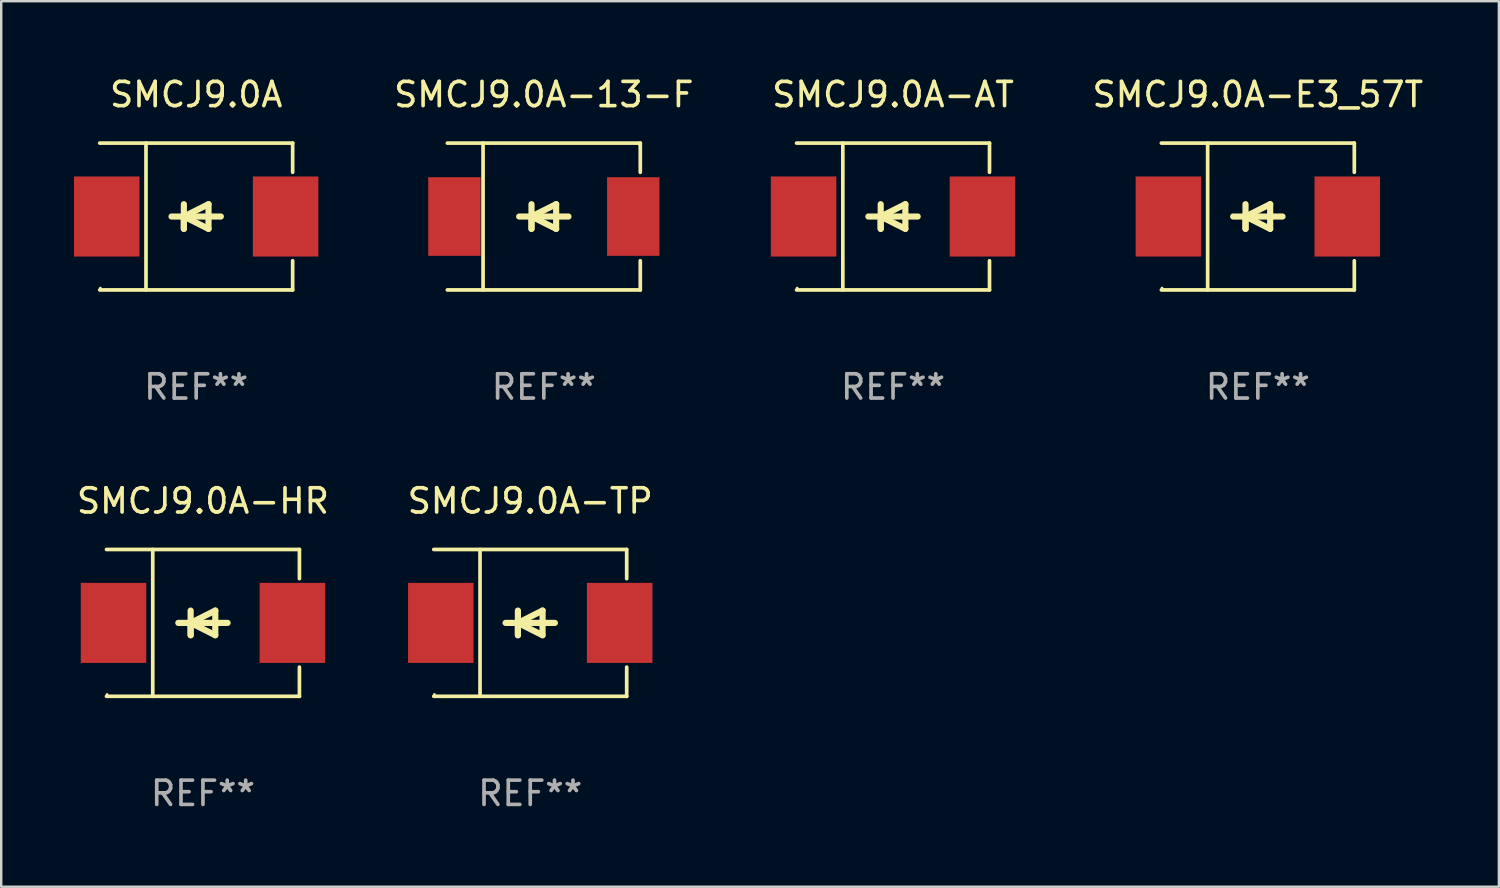
<source format=kicad_pcb>
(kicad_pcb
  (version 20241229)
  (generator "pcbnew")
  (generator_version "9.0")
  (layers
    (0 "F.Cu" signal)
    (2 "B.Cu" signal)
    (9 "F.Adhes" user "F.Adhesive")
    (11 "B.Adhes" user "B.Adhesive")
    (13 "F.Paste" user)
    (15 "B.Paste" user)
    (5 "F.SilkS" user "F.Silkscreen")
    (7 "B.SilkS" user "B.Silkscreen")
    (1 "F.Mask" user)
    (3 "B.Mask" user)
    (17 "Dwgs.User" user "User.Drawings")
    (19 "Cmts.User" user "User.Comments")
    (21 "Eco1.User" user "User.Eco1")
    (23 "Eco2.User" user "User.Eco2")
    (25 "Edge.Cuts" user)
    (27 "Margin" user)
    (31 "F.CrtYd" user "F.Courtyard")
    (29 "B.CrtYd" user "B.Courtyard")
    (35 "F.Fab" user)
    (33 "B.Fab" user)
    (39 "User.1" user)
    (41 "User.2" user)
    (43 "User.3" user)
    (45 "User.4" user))
  (footprint "SMCJ9.0A-E3_57T"
    (layer "F.Cu")
    (at 48.793 5.874)
    (property "Reference" "SMCJ9.0A-E3_57T" (at 0 -5.026 0) (layer "F.SilkS") (effects (font (size 1 1) (thickness 0.15))))
    (attr through_hole)
    (fp_line (start -3.976 -3.026) (end 3.976 -3.026) (stroke (width 0.152) (type solid)) (layer "F.SilkS"))
    (fp_line (start -3.976 3.026) (end 3.976 3.026) (stroke (width 0.152) (type solid)) (layer "F.SilkS"))
    (fp_line (start -2.069 -3.026) (end -2.069 3.026) (stroke (width 0.152) (type solid)) (layer "F.SilkS"))
    (fp_line (start -0.508 0) (end -0.508 0.508) (stroke (width 0.254) (type solid)) (layer "F.SilkS"))
    (fp_line (start -0.508 0) (end 0.508 0.508) (stroke (width 0.254) (type solid)) (layer "F.SilkS"))
    (fp_line (start -0.508 0.508) (end -0.508 -0.508) (stroke (width 0.254) (type solid)) (layer "F.SilkS"))
    (fp_line (start 0.508 -0.508) (end -0.508 0) (stroke (width 0.254) (type solid)) (layer "F.SilkS"))
    (fp_line (start 0.508 0.508) (end 0.508 -0.508) (stroke (width 0.254) (type solid)) (layer "F.SilkS"))
    (fp_line (start 1.016 0) (end -1.016 0) (stroke (width 0.254) (type solid)) (layer "F.SilkS"))
    (fp_line (start 3.976 -3.026) (end 3.976 -1.823) (stroke (width 0.152) (type solid)) (layer "F.SilkS"))
    (fp_line (start 3.976 3.026) (end 3.976 1.823) (stroke (width 0.152) (type solid)) (layer "F.SilkS"))
    (fp_circle (center -3.95 2.95) (end -3.92 2.95) (stroke (width 0.06) (type solid)) (fill no) (layer "F.SilkS"))
    (fp_text user "REF**" (at 0 7.026 0) (layer "F.Fab") (effects (font (size 1 1) (thickness 0.15))))
    (pad "1" smd rect (at -3.686 0) (size 2.7 3.3) (layers "F.Cu" "F.Mask" "F.Paste"))
    (pad "2" smd rect (at 3.686 0) (size 2.7 3.3) (layers "F.Cu" "F.Mask" "F.Paste")))
  (footprint "SMCJ9.0A-TP"
    (layer "F.Cu")
    (at 18.804 22.623)
    (property "Reference" "SMCJ9.0A-TP" (at 0 -5.026 0) (layer "F.SilkS") (effects (font (size 1 1) (thickness 0.15))))
    (attr through_hole)
    (fp_line (start -3.976 -3.026) (end 3.976 -3.026) (stroke (width 0.152) (type solid)) (layer "F.SilkS"))
    (fp_line (start -3.976 3.026) (end 3.976 3.026) (stroke (width 0.152) (type solid)) (layer "F.SilkS"))
    (fp_line (start -2.069 -3.026) (end -2.069 3.026) (stroke (width 0.152) (type solid)) (layer "F.SilkS"))
    (fp_line (start -0.508 0) (end -0.508 0.508) (stroke (width 0.254) (type solid)) (layer "F.SilkS"))
    (fp_line (start -0.508 0) (end 0.508 0.508) (stroke (width 0.254) (type solid)) (layer "F.SilkS"))
    (fp_line (start -0.508 0.508) (end -0.508 -0.508) (stroke (width 0.254) (type solid)) (layer "F.SilkS"))
    (fp_line (start 0.508 -0.508) (end -0.508 0) (stroke (width 0.254) (type solid)) (layer "F.SilkS"))
    (fp_line (start 0.508 0.508) (end 0.508 -0.508) (stroke (width 0.254) (type solid)) (layer "F.SilkS"))
    (fp_line (start 1.016 0) (end -1.016 0) (stroke (width 0.254) (type solid)) (layer "F.SilkS"))
    (fp_line (start 3.976 -3.026) (end 3.976 -1.823) (stroke (width 0.152) (type solid)) (layer "F.SilkS"))
    (fp_line (start 3.976 3.026) (end 3.976 1.823) (stroke (width 0.152) (type solid)) (layer "F.SilkS"))
    (fp_circle (center -3.95 2.95) (end -3.92 2.95) (stroke (width 0.06) (type solid)) (fill no) (layer "F.SilkS"))
    (fp_text user "REF**" (at 0 7.026 0) (layer "F.Fab") (effects (font (size 1 1) (thickness 0.15))))
    (pad "1" smd rect (at -3.686 0) (size 2.7 3.3) (layers "F.Cu" "F.Mask" "F.Paste"))
    (pad "2" smd rect (at 3.686 0) (size 2.7 3.3) (layers "F.Cu" "F.Mask" "F.Paste")))
  (footprint "SMCJ9.0A-13-F"
    (layer "F.Cu")
    (at 19.364 5.874)
    (property "Reference" "SMCJ9.0A-13-F" (at 0 -5.026 0) (layer "F.SilkS") (effects (font (size 1 1) (thickness 0.15))))
    (attr through_hole)
    (fp_line (start -3.976 -3.026) (end 3.976 -3.026) (stroke (width 0.152) (type solid)) (layer "F.SilkS"))
    (fp_line (start -3.976 3.026) (end 3.976 3.026) (stroke (width 0.152) (type solid)) (layer "F.SilkS"))
    (fp_line (start -2.504 -3.026) (end -2.504 3.026) (stroke (width 0.152) (type solid)) (layer "F.SilkS"))
    (fp_line (start -0.508 0) (end -0.508 0.508) (stroke (width 0.254) (type solid)) (layer "F.SilkS"))
    (fp_line (start -0.508 0) (end 0.508 0.508) (stroke (width 0.254) (type solid)) (layer "F.SilkS"))
    (fp_line (start -0.508 0.508) (end -0.508 -0.508) (stroke (width 0.254) (type solid)) (layer "F.SilkS"))
    (fp_line (start 0.508 -0.508) (end -0.508 0) (stroke (width 0.254) (type solid)) (layer "F.SilkS"))
    (fp_line (start 0.508 0.508) (end 0.508 -0.508) (stroke (width 0.254) (type solid)) (layer "F.SilkS"))
    (fp_line (start 1.016 0) (end -1.016 0) (stroke (width 0.254) (type solid)) (layer "F.SilkS"))
    (fp_line (start 3.976 -3.026) (end 3.976 -1.823) (stroke (width 0.152) (type solid)) (layer "F.SilkS"))
    (fp_line (start 3.976 3.026) (end 3.976 1.823) (stroke (width 0.152) (type solid)) (layer "F.SilkS"))
    (fp_circle (center 3.95 -2.95) (end 3.98 -2.95) (stroke (width 0.06) (type solid)) (fill no) (layer "F.SilkS"))
    (fp_text user "REF**" (at 0 7.026 0) (layer "F.Fab") (effects (font (size 1 1) (thickness 0.15))))
    (pad "1" smd rect (at 3.686 0 180) (size 2.158 3.24) (layers "F.Cu" "F.Mask" "F.Paste"))
    (pad "2" smd rect (at -3.686 0 180) (size 2.158 3.24) (layers "F.Cu" "F.Mask" "F.Paste")))
  (footprint "SMCJ9.0A-HR"
    (layer "F.Cu")
    (at 5.315 22.623)
    (property "Reference" "SMCJ9.0A-HR" (at 0 -5.026 0) (layer "F.SilkS") (effects (font (size 1 1) (thickness 0.15))))
    (attr through_hole)
    (fp_line (start -3.976 -3.026) (end 3.976 -3.026) (stroke (width 0.152) (type solid)) (layer "F.SilkS"))
    (fp_line (start -3.976 3.026) (end 3.976 3.026) (stroke (width 0.152) (type solid)) (layer "F.SilkS"))
    (fp_line (start -2.069 -3.026) (end -2.069 3.026) (stroke (width 0.152) (type solid)) (layer "F.SilkS"))
    (fp_line (start -0.508 0) (end -0.508 0.508) (stroke (width 0.254) (type solid)) (layer "F.SilkS"))
    (fp_line (start -0.508 0) (end 0.508 0.508) (stroke (width 0.254) (type solid)) (layer "F.SilkS"))
    (fp_line (start -0.508 0.508) (end -0.508 -0.508) (stroke (width 0.254) (type solid)) (layer "F.SilkS"))
    (fp_line (start 0.508 -0.508) (end -0.508 0) (stroke (width 0.254) (type solid)) (layer "F.SilkS"))
    (fp_line (start 0.508 0.508) (end 0.508 -0.508) (stroke (width 0.254) (type solid)) (layer "F.SilkS"))
    (fp_line (start 1.016 0) (end -1.016 0) (stroke (width 0.254) (type solid)) (layer "F.SilkS"))
    (fp_line (start 3.976 -3.026) (end 3.976 -1.823) (stroke (width 0.152) (type solid)) (layer "F.SilkS"))
    (fp_line (start 3.976 3.026) (end 3.976 1.823) (stroke (width 0.152) (type solid)) (layer "F.SilkS"))
    (fp_circle (center -3.95 2.95) (end -3.92 2.95) (stroke (width 0.06) (type solid)) (fill no) (layer "F.SilkS"))
    (fp_text user "REF**" (at 0 7.026 0) (layer "F.Fab") (effects (font (size 1 1) (thickness 0.15))))
    (pad "1" smd rect (at -3.686 0) (size 2.7 3.3) (layers "F.Cu" "F.Mask" "F.Paste"))
    (pad "2" smd rect (at 3.686 0) (size 2.7 3.3) (layers "F.Cu" "F.Mask" "F.Paste")))
  (footprint "SMCJ9.0A"
    (layer "F.Cu")
    (at 5.036 5.874)
    (property "Reference" "SMCJ9.0A" (at 0 -5.026 0) (layer "F.SilkS") (effects (font (size 1 1) (thickness 0.15))))
    (attr through_hole)
    (fp_line (start -3.976 -3.026) (end 3.976 -3.026) (stroke (width 0.152) (type solid)) (layer "F.SilkS"))
    (fp_line (start -3.976 3.026) (end 3.976 3.026) (stroke (width 0.152) (type solid)) (layer "F.SilkS"))
    (fp_line (start -2.069 -3.026) (end -2.069 3.026) (stroke (width 0.152) (type solid)) (layer "F.SilkS"))
    (fp_line (start -0.508 0) (end -0.508 0.508) (stroke (width 0.254) (type solid)) (layer "F.SilkS"))
    (fp_line (start -0.508 0) (end 0.508 0.508) (stroke (width 0.254) (type solid)) (layer "F.SilkS"))
    (fp_line (start -0.508 0.508) (end -0.508 -0.508) (stroke (width 0.254) (type solid)) (layer "F.SilkS"))
    (fp_line (start 0.508 -0.508) (end -0.508 0) (stroke (width 0.254) (type solid)) (layer "F.SilkS"))
    (fp_line (start 0.508 0.508) (end 0.508 -0.508) (stroke (width 0.254) (type solid)) (layer "F.SilkS"))
    (fp_line (start 1.016 0) (end -1.016 0) (stroke (width 0.254) (type solid)) (layer "F.SilkS"))
    (fp_line (start 3.976 -3.026) (end 3.976 -1.823) (stroke (width 0.152) (type solid)) (layer "F.SilkS"))
    (fp_line (start 3.976 3.026) (end 3.976 1.823) (stroke (width 0.152) (type solid)) (layer "F.SilkS"))
    (fp_circle (center -3.95 2.95) (end -3.92 2.95) (stroke (width 0.06) (type solid)) (fill no) (layer "F.SilkS"))
    (fp_text user "REF**" (at 0 7.026 0) (layer "F.Fab") (effects (font (size 1 1) (thickness 0.15))))
    (pad "1" smd rect (at -3.686 0) (size 2.7 3.3) (layers "F.Cu" "F.Mask" "F.Paste"))
    (pad "2" smd rect (at 3.686 0) (size 2.7 3.3) (layers "F.Cu" "F.Mask" "F.Paste")))
  (footprint "SMCJ9.0A-AT"
    (layer "F.Cu")
    (at 33.757 5.874)
    (property "Reference" "SMCJ9.0A-AT" (at 0 -5.026 0) (layer "F.SilkS") (effects (font (size 1 1) (thickness 0.15))))
    (attr through_hole)
    (fp_line (start -3.976 -3.026) (end 3.976 -3.026) (stroke (width 0.152) (type solid)) (layer "F.SilkS"))
    (fp_line (start -3.976 3.026) (end 3.976 3.026) (stroke (width 0.152) (type solid)) (layer "F.SilkS"))
    (fp_line (start -2.069 -3.026) (end -2.069 3.026) (stroke (width 0.152) (type solid)) (layer "F.SilkS"))
    (fp_line (start -0.508 0) (end -0.508 0.508) (stroke (width 0.254) (type solid)) (layer "F.SilkS"))
    (fp_line (start -0.508 0) (end 0.508 0.508) (stroke (width 0.254) (type solid)) (layer "F.SilkS"))
    (fp_line (start -0.508 0.508) (end -0.508 -0.508) (stroke (width 0.254) (type solid)) (layer "F.SilkS"))
    (fp_line (start 0.508 -0.508) (end -0.508 0) (stroke (width 0.254) (type solid)) (layer "F.SilkS"))
    (fp_line (start 0.508 0.508) (end 0.508 -0.508) (stroke (width 0.254) (type solid)) (layer "F.SilkS"))
    (fp_line (start 1.016 0) (end -1.016 0) (stroke (width 0.254) (type solid)) (layer "F.SilkS"))
    (fp_line (start 3.976 -3.026) (end 3.976 -1.823) (stroke (width 0.152) (type solid)) (layer "F.SilkS"))
    (fp_line (start 3.976 3.026) (end 3.976 1.823) (stroke (width 0.152) (type solid)) (layer "F.SilkS"))
    (fp_circle (center -3.95 2.95) (end -3.92 2.95) (stroke (width 0.06) (type solid)) (fill no) (layer "F.SilkS"))
    (fp_text user "REF**" (at 0 7.026 0) (layer "F.Fab") (effects (font (size 1 1) (thickness 0.15))))
    (pad "1" smd rect (at -3.686 0) (size 2.7 3.3) (layers "F.Cu" "F.Mask" "F.Paste"))
    (pad "2" smd rect (at 3.686 0) (size 2.7 3.3) (layers "F.Cu" "F.Mask" "F.Paste")))
  (gr_rect
    (start -3 -3)
    (end 58.727 33.498)
    (stroke (width 0.1) (type default))
    (fill no)
    (layer "Edge.Cuts")))
</source>
